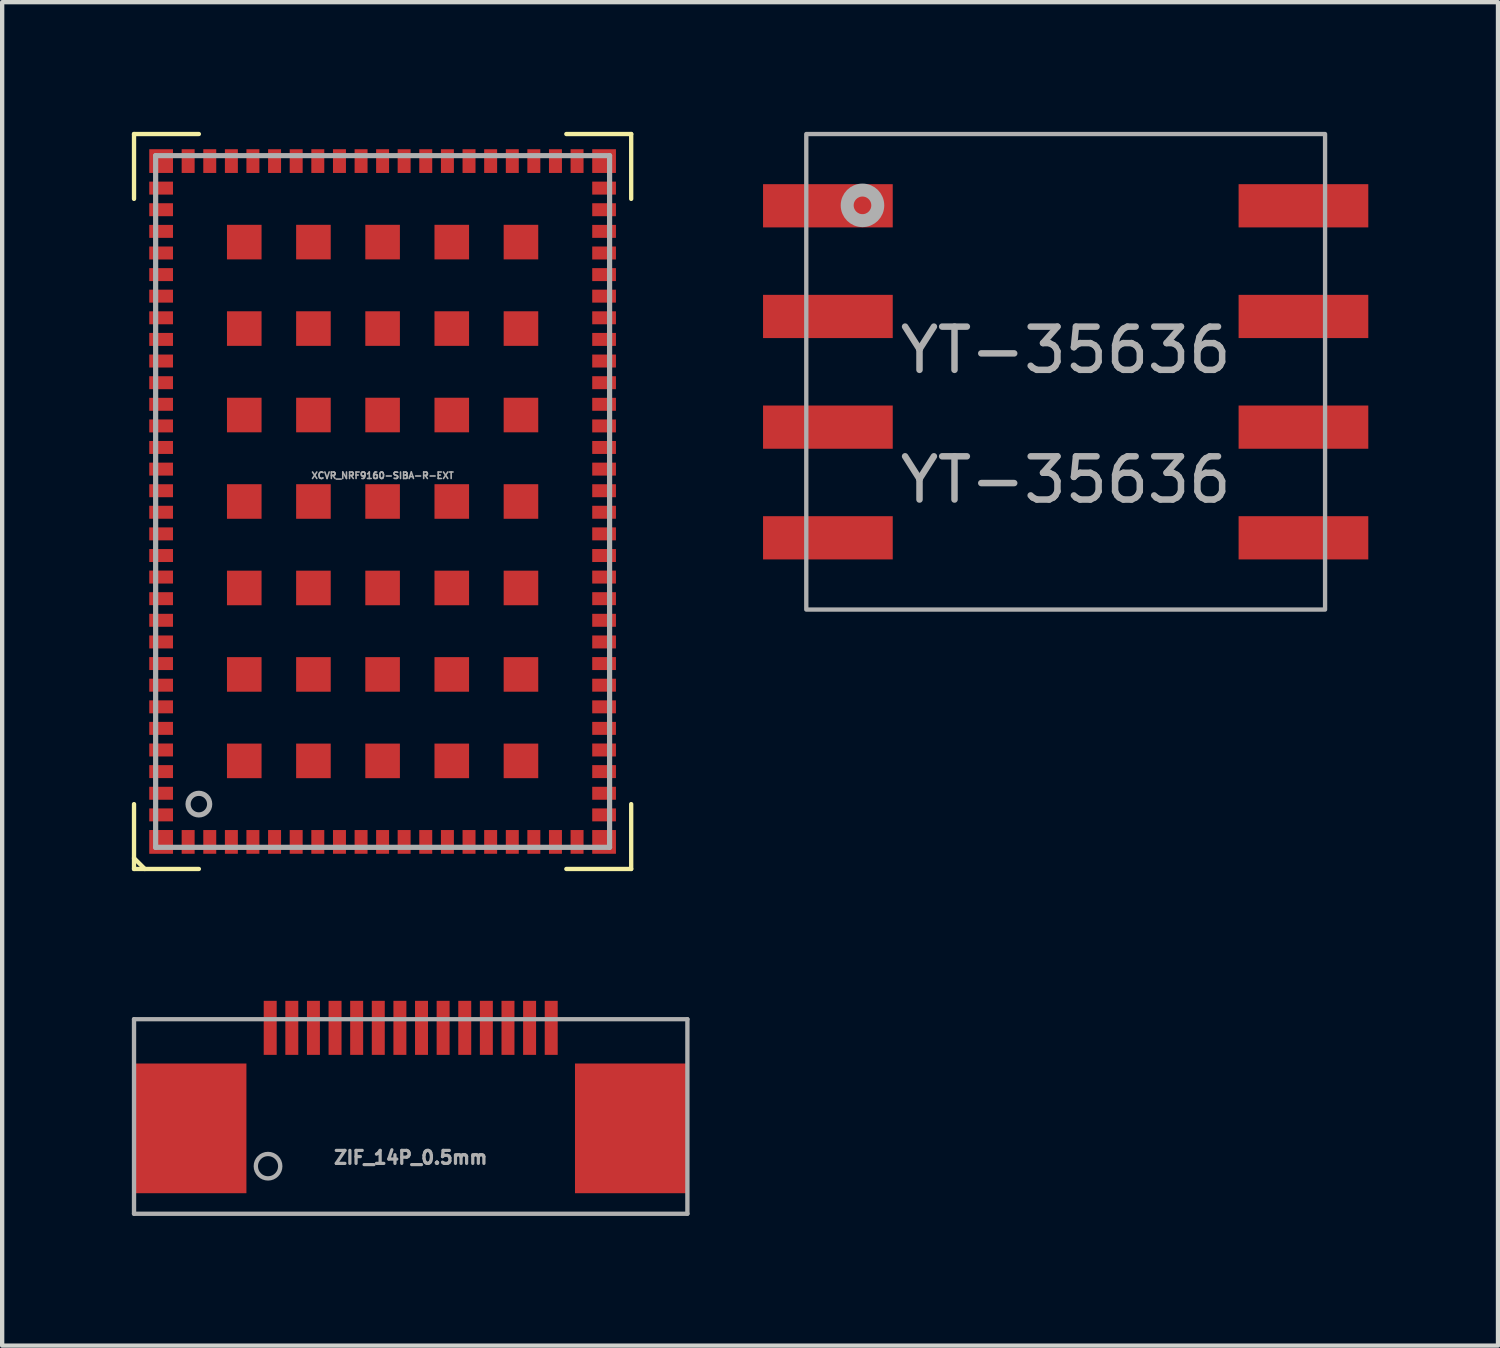
<source format=kicad_pcb>
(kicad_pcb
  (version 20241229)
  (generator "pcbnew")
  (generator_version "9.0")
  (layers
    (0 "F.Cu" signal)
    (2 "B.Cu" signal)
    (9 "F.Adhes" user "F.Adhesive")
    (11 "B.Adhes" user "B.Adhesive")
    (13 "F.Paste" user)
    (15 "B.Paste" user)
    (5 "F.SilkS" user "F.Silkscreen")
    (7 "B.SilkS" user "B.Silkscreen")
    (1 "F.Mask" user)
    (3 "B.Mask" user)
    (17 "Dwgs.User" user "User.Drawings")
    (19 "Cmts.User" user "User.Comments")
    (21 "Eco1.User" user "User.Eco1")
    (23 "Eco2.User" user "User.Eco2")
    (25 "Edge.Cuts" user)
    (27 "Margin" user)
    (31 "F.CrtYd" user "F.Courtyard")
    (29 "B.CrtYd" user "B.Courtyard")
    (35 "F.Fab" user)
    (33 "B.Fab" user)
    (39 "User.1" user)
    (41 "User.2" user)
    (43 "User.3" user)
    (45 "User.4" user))
  (footprint "ZIF_14P_0.5mm"
    (layer "F.Cu")
    (at 6.45 20.725)
    (property "Reference" "ZIF_14P_0.5mm" (at 0 3 0) (unlocked yes) (layer "F.Fab") (effects (font (size 0.3 0.3) (thickness 0.075))))
    (attr smd)
    (fp_line (start -6.4 -0.2) (end 6.4 -0.2) (stroke (width 0.1) (type default)) (layer "F.Fab"))
    (fp_line (start -6.4 4.3) (end -6.4 -0.2) (stroke (width 0.1) (type default)) (layer "F.Fab"))
    (fp_line (start 6.4 -0.2) (end 6.4 4.3) (stroke (width 0.1) (type default)) (layer "F.Fab"))
    (fp_line (start 6.4 4.3) (end -6.4 4.3) (stroke (width 0.1) (type default)) (layer "F.Fab"))
    (fp_circle (center -3.3 3.2) (end -3.1 3.4) (stroke (width 0.1) (type default)) (fill no) (layer "F.Fab"))
    (pad "" smd rect (at -5.1 2.325) (size 2.6 3) (layers "F.Cu" "F.Mask" "F.Paste"))
    (pad "" smd rect (at 5.1 2.325) (size 2.6 3) (layers "F.Cu" "F.Mask" "F.Paste"))
    (pad "1" smd rect (at -3.25 0) (size 0.3 1.25) (layers "F.Cu" "F.Mask" "F.Paste"))
    (pad "2" smd rect (at -2.75 0) (size 0.3 1.25) (layers "F.Cu" "F.Mask" "F.Paste"))
    (pad "3" smd rect (at -2.25 0) (size 0.3 1.25) (layers "F.Cu" "F.Mask" "F.Paste"))
    (pad "4" smd rect (at -1.75 0) (size 0.3 1.25) (layers "F.Cu" "F.Mask" "F.Paste"))
    (pad "5" smd rect (at -1.25 0) (size 0.3 1.25) (layers "F.Cu" "F.Mask" "F.Paste"))
    (pad "6" smd rect (at -0.75 0) (size 0.3 1.25) (layers "F.Cu" "F.Mask" "F.Paste"))
    (pad "7" smd rect (at -0.25 0) (size 0.3 1.25) (layers "F.Cu" "F.Mask" "F.Paste"))
    (pad "8" smd rect (at 0.25 0) (size 0.3 1.25) (layers "F.Cu" "F.Mask" "F.Paste"))
    (pad "9" smd rect (at 0.75 0) (size 0.3 1.25) (layers "F.Cu" "F.Mask" "F.Paste"))
    (pad "10" smd rect (at 1.25 0) (size 0.3 1.25) (layers "F.Cu" "F.Mask" "F.Paste"))
    (pad "11" smd rect (at 1.75 0) (size 0.3 1.25) (layers "F.Cu" "F.Mask" "F.Paste"))
    (pad "12" smd rect (at 2.25 0) (size 0.3 1.25) (layers "F.Cu" "F.Mask" "F.Paste"))
    (pad "13" smd rect (at 2.75 0) (size 0.3 1.25) (layers "F.Cu" "F.Mask" "F.Paste"))
    (pad "14" smd rect (at 3.25 0) (size 0.3 1.25) (layers "F.Cu" "F.Mask" "F.Paste")))
  (footprint "XCVR_NRF9160-SIBA-R-EXT"
    (layer "F.Cu")
    (at 5.8 8.55)
    (property "Reference" "XCVR_NRF9160-SIBA-R-EXT" (at 0 -0.6 0) (layer "F.Fab") (effects (font (size 0.15 0.15) (thickness 0.037))))
    (attr through_hole)
    (fp_line (start -5.75 -8.5) (end -4.25 -8.5) (stroke (width 0.1) (type solid)) (layer "F.SilkS"))
    (fp_line (start -5.75 -7) (end -5.75 -8.5) (stroke (width 0.1) (type solid)) (layer "F.SilkS"))
    (fp_line (start -5.75 7) (end -5.75 8.5) (stroke (width 0.1) (type solid)) (layer "F.SilkS"))
    (fp_line (start -5.75 8.25) (end -5.5 8.5) (stroke (width 0.1) (type solid)) (layer "F.SilkS"))
    (fp_line (start -5.75 8.5) (end -4.25 8.5) (stroke (width 0.1) (type solid)) (layer "F.SilkS"))
    (fp_line (start 4.25 -8.5) (end 5.75 -8.5) (stroke (width 0.1) (type solid)) (layer "F.SilkS"))
    (fp_line (start 4.25 8.5) (end 5.75 8.5) (stroke (width 0.1) (type solid)) (layer "F.SilkS"))
    (fp_line (start 5.75 -8.5) (end 5.75 -7) (stroke (width 0.1) (type solid)) (layer "F.SilkS"))
    (fp_line (start 5.75 8.5) (end 5.75 7) (stroke (width 0.1) (type solid)) (layer "F.SilkS"))
    (fp_line (start -5.25 -8) (end 5.25 -8) (stroke (width 0.12) (type solid)) (layer "F.Fab"))
    (fp_line (start -5.25 8) (end -5.25 -8) (stroke (width 0.12) (type solid)) (layer "F.Fab"))
    (fp_line (start 5.25 -8) (end 5.25 8) (stroke (width 0.12) (type solid)) (layer "F.Fab"))
    (fp_line (start 5.25 8) (end -5.25 8) (stroke (width 0.12) (type solid)) (layer "F.Fab"))
    (fp_circle (center -4.25 7) (end -4 7) (stroke (width 0.12) (type solid)) (fill no) (layer "F.Fab"))
    (pad "1" smd rect (at -5.123 7.874 180) (size 0.55 0.55) (layers "F.Cu" "F.Mask" "F.Paste"))
    (pad "2" smd rect (at -4.498 7.874 180) (size 0.3 0.549) (layers "F.Cu" "F.Mask" "F.Paste"))
    (pad "3" smd rect (at -3.998 7.874 180) (size 0.3 0.549) (layers "F.Cu" "F.Mask" "F.Paste"))
    (pad "4" smd rect (at -3.498 7.874 180) (size 0.3 0.549) (layers "F.Cu" "F.Mask" "F.Paste"))
    (pad "5" smd rect (at -3 7.874 180) (size 0.3 0.549) (layers "F.Cu" "F.Mask" "F.Paste"))
    (pad "6" smd rect (at -2.499 7.874 180) (size 0.3 0.549) (layers "F.Cu" "F.Mask" "F.Paste"))
    (pad "7" smd rect (at -1.999 7.874 180) (size 0.3 0.549) (layers "F.Cu" "F.Mask" "F.Paste"))
    (pad "8" smd rect (at -1.499 7.874 180) (size 0.3 0.549) (layers "F.Cu" "F.Mask" "F.Paste"))
    (pad "9" smd rect (at -0.998 7.874 180) (size 0.3 0.549) (layers "F.Cu" "F.Mask" "F.Paste"))
    (pad "10" smd rect (at -0.498 7.874 180) (size 0.3 0.549) (layers "F.Cu" "F.Mask" "F.Paste"))
    (pad "11" smd rect (at 0 7.874 180) (size 0.3 0.549) (layers "F.Cu" "F.Mask" "F.Paste"))
    (pad "12" smd rect (at 0.498 7.874 180) (size 0.3 0.549) (layers "F.Cu" "F.Mask" "F.Paste"))
    (pad "13" smd rect (at 0.998 7.874 180) (size 0.3 0.549) (layers "F.Cu" "F.Mask" "F.Paste"))
    (pad "14" smd rect (at 1.499 7.874 180) (size 0.3 0.549) (layers "F.Cu" "F.Mask" "F.Paste"))
    (pad "15" smd rect (at 1.999 7.874 180) (size 0.3 0.549) (layers "F.Cu" "F.Mask" "F.Paste"))
    (pad "16" smd rect (at 2.499 7.874 180) (size 0.3 0.549) (layers "F.Cu" "F.Mask" "F.Paste"))
    (pad "17" smd rect (at 3 7.874 180) (size 0.3 0.549) (layers "F.Cu" "F.Mask" "F.Paste"))
    (pad "18" smd rect (at 3.498 7.874 180) (size 0.3 0.549) (layers "F.Cu" "F.Mask" "F.Paste"))
    (pad "19" smd rect (at 3.998 7.874 180) (size 0.3 0.549) (layers "F.Cu" "F.Mask" "F.Paste"))
    (pad "20" smd rect (at 4.498 7.874 180) (size 0.3 0.549) (layers "F.Cu" "F.Mask" "F.Paste"))
    (pad "21" smd rect (at 5.123 7.874 180) (size 0.549 0.549) (layers "F.Cu" "F.Mask" "F.Paste"))
    (pad "22" smd rect (at 5.123 7.249 270) (size 0.3 0.549) (layers "F.Cu" "F.Mask" "F.Paste"))
    (pad "23" smd rect (at 5.123 6.749 270) (size 0.3 0.549) (layers "F.Cu" "F.Mask" "F.Paste"))
    (pad "24" smd rect (at 5.123 6.248 270) (size 0.3 0.549) (layers "F.Cu" "F.Mask" "F.Paste"))
    (pad "25" smd rect (at 5.123 5.748 270) (size 0.3 0.549) (layers "F.Cu" "F.Mask" "F.Paste"))
    (pad "26" smd rect (at 5.123 5.248 270) (size 0.3 0.549) (layers "F.Cu" "F.Mask" "F.Paste"))
    (pad "27" smd rect (at 5.123 4.75 270) (size 0.3 0.549) (layers "F.Cu" "F.Mask" "F.Paste"))
    (pad "28" smd rect (at 5.123 4.249 270) (size 0.3 0.549) (layers "F.Cu" "F.Mask" "F.Paste"))
    (pad "29" smd rect (at 5.123 3.749 270) (size 0.3 0.549) (layers "F.Cu" "F.Mask" "F.Paste"))
    (pad "30" smd rect (at 5.123 3.249 270) (size 0.3 0.549) (layers "F.Cu" "F.Mask" "F.Paste"))
    (pad "31" smd rect (at 5.123 2.748 270) (size 0.3 0.549) (layers "F.Cu" "F.Mask" "F.Paste"))
    (pad "32" smd rect (at 5.123 2.248 270) (size 0.3 0.549) (layers "F.Cu" "F.Mask" "F.Paste"))
    (pad "33" smd rect (at 5.123 1.748 270) (size 0.3 0.549) (layers "F.Cu" "F.Mask" "F.Paste"))
    (pad "34" smd rect (at 5.123 1.25 270) (size 0.3 0.549) (layers "F.Cu" "F.Mask" "F.Paste"))
    (pad "35" smd rect (at 5.123 0.749 270) (size 0.3 0.549) (layers "F.Cu" "F.Mask" "F.Paste"))
    (pad "36" smd rect (at 5.123 0.249 270) (size 0.3 0.549) (layers "F.Cu" "F.Mask" "F.Paste"))
    (pad "37" smd rect (at 5.123 -0.249 270) (size 0.3 0.549) (layers "F.Cu" "F.Mask" "F.Paste"))
    (pad "38" smd rect (at 5.123 -0.749 270) (size 0.3 0.549) (layers "F.Cu" "F.Mask" "F.Paste"))
    (pad "39" smd rect (at 5.123 -1.25 270) (size 0.3 0.549) (layers "F.Cu" "F.Mask" "F.Paste"))
    (pad "40" smd rect (at 5.123 -1.748 270) (size 0.3 0.549) (layers "F.Cu" "F.Mask" "F.Paste"))
    (pad "41" smd rect (at 5.123 -2.248 270) (size 0.3 0.549) (layers "F.Cu" "F.Mask" "F.Paste"))
    (pad "42" smd rect (at 5.123 -2.748 270) (size 0.3 0.549) (layers "F.Cu" "F.Mask" "F.Paste"))
    (pad "43" smd rect (at 5.123 -3.249 270) (size 0.3 0.549) (layers "F.Cu" "F.Mask" "F.Paste"))
    (pad "44" smd rect (at 5.123 -3.749 270) (size 0.3 0.549) (layers "F.Cu" "F.Mask" "F.Paste"))
    (pad "45" smd rect (at 5.123 -4.249 270) (size 0.3 0.549) (layers "F.Cu" "F.Mask" "F.Paste"))
    (pad "46" smd rect (at 5.123 -4.75 270) (size 0.3 0.549) (layers "F.Cu" "F.Mask" "F.Paste"))
    (pad "47" smd rect (at 5.123 -5.248 270) (size 0.3 0.549) (layers "F.Cu" "F.Mask" "F.Paste"))
    (pad "48" smd rect (at 5.123 -5.748 270) (size 0.3 0.549) (layers "F.Cu" "F.Mask" "F.Paste"))
    (pad "49" smd rect (at 5.123 -6.248 270) (size 0.3 0.549) (layers "F.Cu" "F.Mask" "F.Paste"))
    (pad "50" smd rect (at 5.123 -6.749 270) (size 0.3 0.549) (layers "F.Cu" "F.Mask" "F.Paste"))
    (pad "51" smd rect (at 5.123 -7.249 270) (size 0.3 0.549) (layers "F.Cu" "F.Mask" "F.Paste"))
    (pad "52" smd rect (at 5.123 -7.874) (size 0.549 0.549) (layers "F.Cu" "F.Mask" "F.Paste"))
    (pad "53" smd rect (at 4.498 -7.874) (size 0.3 0.549) (layers "F.Cu" "F.Mask" "F.Paste"))
    (pad "54" smd rect (at 3.998 -7.874) (size 0.3 0.549) (layers "F.Cu" "F.Mask" "F.Paste"))
    (pad "55" smd rect (at 3.498 -7.874) (size 0.3 0.549) (layers "F.Cu" "F.Mask" "F.Paste"))
    (pad "56" smd rect (at 3 -7.874) (size 0.3 0.549) (layers "F.Cu" "F.Mask" "F.Paste"))
    (pad "57" smd rect (at 2.499 -7.874) (size 0.3 0.549) (layers "F.Cu" "F.Mask" "F.Paste"))
    (pad "58" smd rect (at 1.999 -7.874) (size 0.3 0.549) (layers "F.Cu" "F.Mask" "F.Paste"))
    (pad "59" smd rect (at 1.499 -7.874) (size 0.3 0.549) (layers "F.Cu" "F.Mask" "F.Paste"))
    (pad "60" smd rect (at 0.998 -7.874) (size 0.3 0.549) (layers "F.Cu" "F.Mask" "F.Paste"))
    (pad "61" smd rect (at 0.498 -7.874) (size 0.3 0.549) (layers "F.Cu" "F.Mask" "F.Paste"))
    (pad "62" smd rect (at 0 -7.874) (size 0.3 0.549) (layers "F.Cu" "F.Mask" "F.Paste"))
    (pad "63" smd rect (at -0.498 -7.874) (size 0.3 0.549) (layers "F.Cu" "F.Mask" "F.Paste"))
    (pad "64" smd rect (at -0.998 -7.874) (size 0.3 0.549) (layers "F.Cu" "F.Mask" "F.Paste"))
    (pad "65" smd rect (at -1.499 -7.874) (size 0.3 0.549) (layers "F.Cu" "F.Mask" "F.Paste"))
    (pad "66" smd rect (at -1.999 -7.874) (size 0.3 0.549) (layers "F.Cu" "F.Mask" "F.Paste"))
    (pad "67" smd rect (at -2.499 -7.874) (size 0.3 0.549) (layers "F.Cu" "F.Mask" "F.Paste"))
    (pad "68" smd rect (at -3 -7.874) (size 0.3 0.549) (layers "F.Cu" "F.Mask" "F.Paste"))
    (pad "69" smd rect (at -3.498 -7.874) (size 0.3 0.549) (layers "F.Cu" "F.Mask" "F.Paste"))
    (pad "70" smd rect (at -3.998 -7.874) (size 0.3 0.549) (layers "F.Cu" "F.Mask" "F.Paste"))
    (pad "71" smd rect (at -4.498 -7.874) (size 0.3 0.549) (layers "F.Cu" "F.Mask" "F.Paste"))
    (pad "72" smd rect (at -5.123 -7.874) (size 0.549 0.549) (layers "F.Cu" "F.Mask" "F.Paste"))
    (pad "73" smd rect (at -5.123 -7.249 90) (size 0.3 0.549) (layers "F.Cu" "F.Mask" "F.Paste"))
    (pad "74" smd rect (at -5.123 -6.749 90) (size 0.3 0.549) (layers "F.Cu" "F.Mask" "F.Paste"))
    (pad "75" smd rect (at -5.123 -6.248 90) (size 0.3 0.549) (layers "F.Cu" "F.Mask" "F.Paste"))
    (pad "76" smd rect (at -5.123 -5.748 90) (size 0.3 0.549) (layers "F.Cu" "F.Mask" "F.Paste"))
    (pad "77" smd rect (at -5.123 -5.248 90) (size 0.3 0.549) (layers "F.Cu" "F.Mask" "F.Paste"))
    (pad "78" smd rect (at -5.123 -4.75 90) (size 0.3 0.549) (layers "F.Cu" "F.Mask" "F.Paste"))
    (pad "79" smd rect (at -5.123 -4.249 90) (size 0.3 0.549) (layers "F.Cu" "F.Mask" "F.Paste"))
    (pad "80" smd rect (at -5.123 -3.749 90) (size 0.3 0.549) (layers "F.Cu" "F.Mask" "F.Paste"))
    (pad "81" smd rect (at -5.123 -3.249 90) (size 0.3 0.549) (layers "F.Cu" "F.Mask" "F.Paste"))
    (pad "82" smd rect (at -5.123 -2.748 90) (size 0.3 0.549) (layers "F.Cu" "F.Mask" "F.Paste"))
    (pad "83" smd rect (at -5.123 -2.248 90) (size 0.3 0.549) (layers "F.Cu" "F.Mask" "F.Paste"))
    (pad "84" smd rect (at -5.123 -1.748 90) (size 0.3 0.549) (layers "F.Cu" "F.Mask" "F.Paste"))
    (pad "85" smd rect (at -5.123 -1.25 90) (size 0.3 0.549) (layers "F.Cu" "F.Mask" "F.Paste"))
    (pad "86" smd rect (at -5.123 -0.749 90) (size 0.3 0.549) (layers "F.Cu" "F.Mask" "F.Paste"))
    (pad "87" smd rect (at -5.123 -0.249 90) (size 0.3 0.549) (layers "F.Cu" "F.Mask" "F.Paste"))
    (pad "88" smd rect (at -5.123 0.249 90) (size 0.3 0.549) (layers "F.Cu" "F.Mask" "F.Paste"))
    (pad "89" smd rect (at -5.123 0.749 90) (size 0.3 0.549) (layers "F.Cu" "F.Mask" "F.Paste"))
    (pad "90" smd rect (at -5.123 1.25 90) (size 0.3 0.549) (layers "F.Cu" "F.Mask" "F.Paste"))
    (pad "91" smd rect (at -5.123 1.748 90) (size 0.3 0.549) (layers "F.Cu" "F.Mask" "F.Paste"))
    (pad "92" smd rect (at -5.123 2.248 90) (size 0.3 0.549) (layers "F.Cu" "F.Mask" "F.Paste"))
    (pad "93" smd rect (at -5.123 2.748 90) (size 0.3 0.549) (layers "F.Cu" "F.Mask" "F.Paste"))
    (pad "94" smd rect (at -5.123 3.249 90) (size 0.3 0.549) (layers "F.Cu" "F.Mask" "F.Paste"))
    (pad "95" smd rect (at -5.123 3.749 90) (size 0.3 0.549) (layers "F.Cu" "F.Mask" "F.Paste"))
    (pad "96" smd rect (at -5.123 4.249 90) (size 0.3 0.549) (layers "F.Cu" "F.Mask" "F.Paste"))
    (pad "97" smd rect (at -5.123 4.75 90) (size 0.3 0.549) (layers "F.Cu" "F.Mask" "F.Paste"))
    (pad "98" smd rect (at -5.123 5.248 90) (size 0.3 0.549) (layers "F.Cu" "F.Mask" "F.Paste"))
    (pad "99" smd rect (at -5.123 5.748 90) (size 0.3 0.549) (layers "F.Cu" "F.Mask" "F.Paste"))
    (pad "100" smd rect (at -5.123 6.248 90) (size 0.3 0.549) (layers "F.Cu" "F.Mask" "F.Paste"))
    (pad "101" smd rect (at -5.123 6.749 90) (size 0.3 0.549) (layers "F.Cu" "F.Mask" "F.Paste"))
    (pad "102" smd rect (at -5.123 7.249 90) (size 0.3 0.549) (layers "F.Cu" "F.Mask" "F.Paste"))
    (pad "103_1" smd rect (at 3.2 6) (size 0.8 0.8) (layers "F.Cu" "F.Mask" "F.Paste"))
    (pad "103_2" smd rect (at 1.6 6) (size 0.8 0.8) (layers "F.Cu" "F.Mask" "F.Paste"))
    (pad "103_3" smd rect (at 0 6) (size 0.8 0.8) (layers "F.Cu" "F.Mask" "F.Paste"))
    (pad "103_4" smd rect (at -1.6 6) (size 0.8 0.8) (layers "F.Cu" "F.Mask" "F.Paste"))
    (pad "103_5" smd rect (at -3.2 6) (size 0.8 0.8) (layers "F.Cu" "F.Mask" "F.Paste"))
    (pad "103_6" smd rect (at 3.2 4) (size 0.8 0.8) (layers "F.Cu" "F.Mask" "F.Paste"))
    (pad "103_7" smd rect (at 1.6 4) (size 0.8 0.8) (layers "F.Cu" "F.Mask" "F.Paste"))
    (pad "103_8" smd rect (at 0 4) (size 0.8 0.8) (layers "F.Cu" "F.Mask" "F.Paste"))
    (pad "103_9" smd rect (at -1.6 4) (size 0.8 0.8) (layers "F.Cu" "F.Mask" "F.Paste"))
    (pad "103_10" smd rect (at -3.2 4) (size 0.8 0.8) (layers "F.Cu" "F.Mask" "F.Paste"))
    (pad "103_11" smd rect (at 3.2 2) (size 0.8 0.8) (layers "F.Cu" "F.Mask" "F.Paste"))
    (pad "103_12" smd rect (at 1.6 2) (size 0.8 0.8) (layers "F.Cu" "F.Mask" "F.Paste"))
    (pad "103_13" smd rect (at 0 2) (size 0.8 0.8) (layers "F.Cu" "F.Mask" "F.Paste"))
    (pad "103_14" smd rect (at -1.6 2) (size 0.8 0.8) (layers "F.Cu" "F.Mask" "F.Paste"))
    (pad "103_15" smd rect (at -3.2 2) (size 0.8 0.8) (layers "F.Cu" "F.Mask" "F.Paste"))
    (pad "103_16" smd rect (at 3.2 0) (size 0.8 0.8) (layers "F.Cu" "F.Mask" "F.Paste"))
    (pad "103_17" smd rect (at 1.6 0) (size 0.8 0.8) (layers "F.Cu" "F.Mask" "F.Paste"))
    (pad "103_18" smd rect (at 0 0) (size 0.8 0.8) (layers "F.Cu" "F.Mask" "F.Paste"))
    (pad "103_19" smd rect (at -1.6 0) (size 0.8 0.8) (layers "F.Cu" "F.Mask" "F.Paste"))
    (pad "103_20" smd rect (at -3.2 0) (size 0.8 0.8) (layers "F.Cu" "F.Mask" "F.Paste"))
    (pad "103_21" smd rect (at 3.2 -2) (size 0.8 0.8) (layers "F.Cu" "F.Mask" "F.Paste"))
    (pad "103_22" smd rect (at 1.6 -2) (size 0.8 0.8) (layers "F.Cu" "F.Mask" "F.Paste"))
    (pad "103_23" smd rect (at 0 -2) (size 0.8 0.8) (layers "F.Cu" "F.Mask" "F.Paste"))
    (pad "103_24" smd rect (at -1.6 -2) (size 0.8 0.8) (layers "F.Cu" "F.Mask" "F.Paste"))
    (pad "103_25" smd rect (at -3.2 -2) (size 0.8 0.8) (layers "F.Cu" "F.Mask" "F.Paste"))
    (pad "103_26" smd rect (at 3.2 -4) (size 0.8 0.8) (layers "F.Cu" "F.Mask" "F.Paste"))
    (pad "103_27" smd rect (at 1.6 -4) (size 0.8 0.8) (layers "F.Cu" "F.Mask" "F.Paste"))
    (pad "103_28" smd rect (at 0 -4) (size 0.8 0.8) (layers "F.Cu" "F.Mask" "F.Paste"))
    (pad "103_29" smd rect (at -1.6 -4) (size 0.8 0.8) (layers "F.Cu" "F.Mask" "F.Paste"))
    (pad "103_30" smd rect (at -3.2 -4) (size 0.8 0.8) (layers "F.Cu" "F.Mask" "F.Paste"))
    (pad "103_31" smd rect (at 3.2 -6) (size 0.8 0.8) (layers "F.Cu" "F.Mask" "F.Paste"))
    (pad "103_32" smd rect (at 1.6 -6) (size 0.8 0.8) (layers "F.Cu" "F.Mask" "F.Paste"))
    (pad "103_33" smd rect (at 0 -6) (size 0.8 0.8) (layers "F.Cu" "F.Mask" "F.Paste"))
    (pad "103_34" smd rect (at -1.6 -6) (size 0.8 0.8) (layers "F.Cu" "F.Mask" "F.Paste"))
    (pad "103_35" smd rect (at -3.2 -6) (size 0.8 0.8) (layers "F.Cu" "F.Mask" "F.Paste")))
  (footprint "YT-35636"
    (layer "F.Cu")
    (at 21.6 5.55)
    (property "Reference" "YT-35636" (at 0 -0.5 0) (unlocked yes) (layer "F.Fab") (effects (font (size 1 1) (thickness 0.15))))
    (attr through_hole)
    (fp_rect (start -6 -5.5) (end 6 5.5) (stroke (width 0.1) (type default)) (fill no) (layer "F.Fab"))
    (fp_circle (center -4.7 -3.85) (end -4.35 -3.8) (stroke (width 0.3) (type solid)) (fill no) (layer "F.Fab"))
    (fp_text user "${REFERENCE}" (at 0 2.5 0) (unlocked yes) (layer "F.Fab") (effects (font (size 1 1) (thickness 0.15))))
    (pad "1" smd rect (at -5.5 -3.84 270) (size 1 3) (layers "F.Cu" "F.Mask" "F.Paste"))
    (pad "2" smd rect (at -5.5 -1.28 270) (size 1 3) (layers "F.Cu" "F.Mask" "F.Paste"))
    (pad "3" smd rect (at -5.5 1.28 270) (size 1 3) (layers "F.Cu" "F.Mask" "F.Paste"))
    (pad "4" smd rect (at -5.5 3.84 270) (size 1 3) (layers "F.Cu" "F.Mask" "F.Paste"))
    (pad "5" smd rect (at 5.5 3.84 270) (size 1 3) (layers "F.Cu" "F.Mask" "F.Paste"))
    (pad "6" smd rect (at 5.5 1.28 270) (size 1 3) (layers "F.Cu" "F.Mask" "F.Paste"))
    (pad "7" smd rect (at 5.5 -1.28 270) (size 1 3) (layers "F.Cu" "F.Mask" "F.Paste"))
    (pad "8" smd rect (at 5.5 -3.84 270) (size 1 3) (layers "F.Cu" "F.Mask" "F.Paste")))
  (gr_rect
    (start -3 -3)
    (end 31.6 28.075)
    (stroke (width 0.1) (type default))
    (fill no)
    (layer "Edge.Cuts")))
</source>
